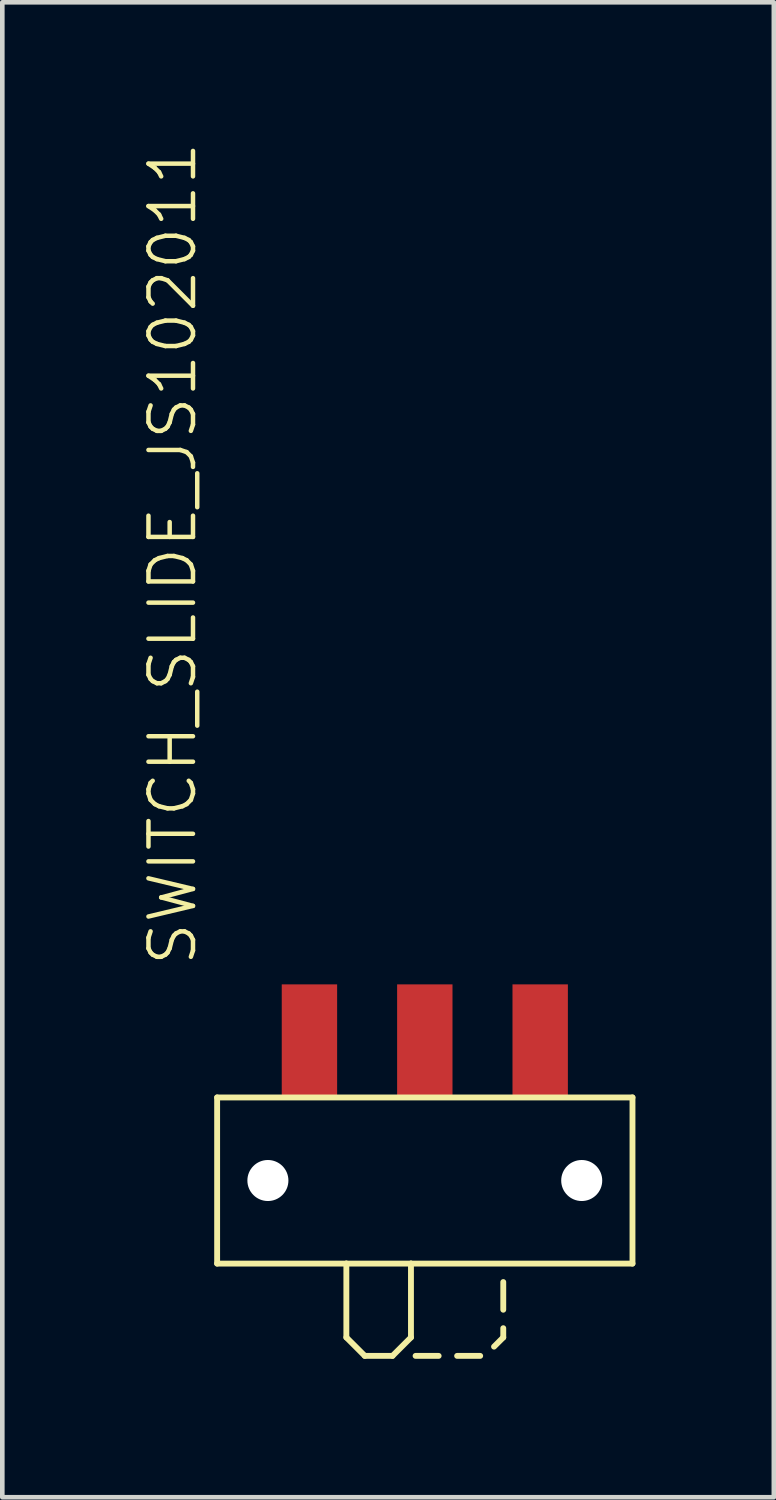
<source format=kicad_pcb>
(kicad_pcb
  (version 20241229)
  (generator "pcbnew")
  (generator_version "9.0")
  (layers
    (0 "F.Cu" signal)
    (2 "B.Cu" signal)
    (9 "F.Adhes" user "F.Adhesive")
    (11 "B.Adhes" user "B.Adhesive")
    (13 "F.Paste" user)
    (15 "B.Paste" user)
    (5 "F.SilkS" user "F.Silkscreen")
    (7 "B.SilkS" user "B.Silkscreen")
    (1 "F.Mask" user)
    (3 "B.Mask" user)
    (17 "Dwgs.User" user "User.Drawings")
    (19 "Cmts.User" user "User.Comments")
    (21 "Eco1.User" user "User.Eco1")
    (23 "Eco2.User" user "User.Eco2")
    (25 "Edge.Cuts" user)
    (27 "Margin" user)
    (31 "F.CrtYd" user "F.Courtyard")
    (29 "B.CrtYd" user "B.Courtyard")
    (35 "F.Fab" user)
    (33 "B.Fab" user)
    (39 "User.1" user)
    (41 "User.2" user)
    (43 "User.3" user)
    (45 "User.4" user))
  (footprint "SWITCH_SLIDE_JS102011"
    (layer "F.Cu")
    (at 6.155 22.53)
    (property "Reference" "SWITCH_SLIDE_JS102011" (at -4.9 -4.6 90) (layer "F.SilkS") (effects (font (size 0.965 0.965) (thickness 0.097)) (justify left bottom)))
    (attr through_hole)
    (fp_line (start -4.5 -1.8) (end -4.5 1.8) (stroke (width 0.127) (type solid)) (layer "F.SilkS"))
    (fp_line (start -4.5 1.8) (end -1.7 1.8) (stroke (width 0.127) (type solid)) (layer "F.SilkS"))
    (fp_line (start -1.7 1.8) (end -1.7 3.4) (stroke (width 0.127) (type solid)) (layer "F.SilkS"))
    (fp_line (start -1.7 1.8) (end -0.3 1.8) (stroke (width 0.127) (type solid)) (layer "F.SilkS"))
    (fp_line (start -1.7 3.4) (end -1.3 3.8) (stroke (width 0.127) (type solid)) (layer "F.SilkS"))
    (fp_line (start -1.3 3.8) (end -0.7 3.8) (stroke (width 0.127) (type solid)) (layer "F.SilkS"))
    (fp_line (start -0.7 3.8) (end -0.3 3.4) (stroke (width 0.127) (type solid)) (layer "F.SilkS"))
    (fp_line (start -0.3 1.8) (end 4.5 1.8) (stroke (width 0.127) (type solid)) (layer "F.SilkS"))
    (fp_line (start -0.3 3.4) (end -0.3 1.8) (stroke (width 0.127) (type solid)) (layer "F.SilkS"))
    (fp_line (start -0.2 3.8) (end 0.3 3.8) (stroke (width 0.127) (type solid)) (layer "F.SilkS"))
    (fp_line (start 0.7 3.8) (end 1.2 3.8) (stroke (width 0.127) (type solid)) (layer "F.SilkS"))
    (fp_line (start 1.7 2.2) (end 1.7 2.8) (stroke (width 0.127) (type solid)) (layer "F.SilkS"))
    (fp_line (start 1.7 3.2) (end 1.7 3.4) (stroke (width 0.127) (type solid)) (layer "F.SilkS"))
    (fp_line (start 1.7 3.4) (end 1.5 3.6) (stroke (width 0.127) (type solid)) (layer "F.SilkS"))
    (fp_line (start 4.5 -1.8) (end -4.5 -1.8) (stroke (width 0.127) (type solid)) (layer "F.SilkS"))
    (fp_line (start 4.5 1.8) (end 4.5 -1.8) (stroke (width 0.127) (type solid)) (layer "F.SilkS"))
    (pad "" np_thru_hole circle (at -3.4 0) (size 0.889 0.889) (drill 0.889) (layers "*.Cu"))
    (pad "" np_thru_hole circle (at 3.4 0) (size 0.889 0.889) (drill 0.889) (layers "*.Cu"))
    (pad "P$1" smd rect (at -2.5 -3 90) (size 2.5 1.2) (layers "F.Cu" "F.Mask" "F.Paste"))
    (pad "P$2" smd rect (at 0 -3 90) (size 2.5 1.2) (layers "F.Cu" "F.Mask" "F.Paste"))
    (pad "P$3" smd rect (at 2.5 -3 90) (size 2.5 1.2) (layers "F.Cu" "F.Mask" "F.Paste")))
  (gr_rect
    (start -3 -3)
    (end 13.718 29.393)
    (stroke (width 0.1) (type default))
    (fill no)
    (layer "Edge.Cuts")))
</source>
